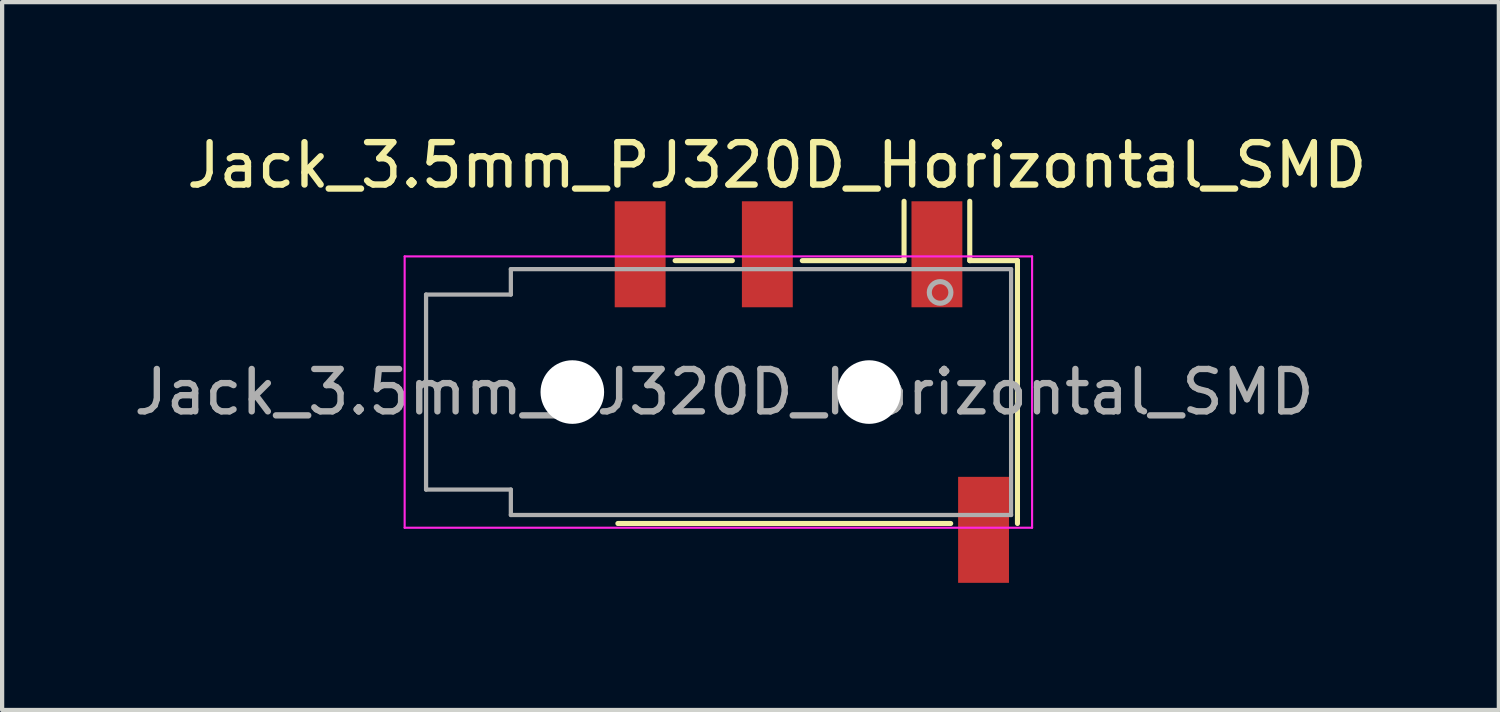
<source format=kicad_pcb>
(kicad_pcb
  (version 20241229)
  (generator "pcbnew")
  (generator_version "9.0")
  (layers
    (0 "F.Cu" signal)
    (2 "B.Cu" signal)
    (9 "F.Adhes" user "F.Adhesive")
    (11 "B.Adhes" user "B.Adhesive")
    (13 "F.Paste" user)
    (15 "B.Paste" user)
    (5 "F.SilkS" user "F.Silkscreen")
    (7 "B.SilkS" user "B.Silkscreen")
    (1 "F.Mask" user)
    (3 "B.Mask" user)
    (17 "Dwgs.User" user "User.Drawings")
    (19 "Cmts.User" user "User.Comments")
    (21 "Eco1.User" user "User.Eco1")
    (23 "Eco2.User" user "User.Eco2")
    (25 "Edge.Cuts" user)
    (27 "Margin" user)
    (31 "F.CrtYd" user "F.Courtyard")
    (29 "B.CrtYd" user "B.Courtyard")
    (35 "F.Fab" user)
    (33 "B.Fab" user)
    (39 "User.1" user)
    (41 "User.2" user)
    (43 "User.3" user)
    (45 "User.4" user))
  (footprint "Jack_3.5mm_PJ320D_Horizontal_SMD"
    (layer "F.Cu")
    (at 15.225 6.198)
    (property "Reference" "Jack_3.5mm_PJ320D_Horizontal_SMD" (at 0.05 -5.35 0) (layer "F.SilkS") (effects (font (size 1 1) (thickness 0.15))))
    (attr smd)
    (fp_line (start -2.35 -3.1) (end -1 -3.1) (stroke (width 0.12) (type solid)) (layer "F.SilkS"))
    (fp_line (start 0.65 -3.1) (end 3.05 -3.1) (stroke (width 0.12) (type solid)) (layer "F.SilkS"))
    (fp_line (start 3.05 -3.1) (end 3.05 -4.5) (stroke (width 0.12) (type solid)) (layer "F.SilkS"))
    (fp_line (start 4.15 3.1) (end -3.7 3.1) (stroke (width 0.12) (type solid)) (layer "F.SilkS"))
    (fp_line (start 4.6 -3.1) (end 4.6 -4.5) (stroke (width 0.12) (type solid)) (layer "F.SilkS"))
    (fp_line (start 4.6 -3.1) (end 5.725 -3.1) (stroke (width 0.12) (type solid)) (layer "F.SilkS"))
    (fp_line (start 5.725 3.1) (end 5.725 -3.1) (stroke (width 0.12) (type solid)) (layer "F.SilkS"))
    (fp_line (start -8.73 -3.2) (end 6.07 -3.2) (stroke (width 0.05) (type solid)) (layer "F.CrtYd"))
    (fp_line (start -8.73 3.2) (end -8.73 -3.2) (stroke (width 0.05) (type solid)) (layer "F.CrtYd"))
    (fp_line (start -8.73 3.2) (end 6.07 3.2) (stroke (width 0.05) (type solid)) (layer "F.CrtYd"))
    (fp_line (start 6.07 3.2) (end 6.07 -3.2) (stroke (width 0.05) (type solid)) (layer "F.CrtYd"))
    (fp_line (start -8.225 -2.3) (end -6.225 -2.3) (stroke (width 0.1) (type solid)) (layer "F.Fab"))
    (fp_line (start -8.225 2.3) (end -8.225 -2.3) (stroke (width 0.1) (type solid)) (layer "F.Fab"))
    (fp_line (start -6.225 -2.9) (end 5.575 -2.9) (stroke (width 0.1) (type solid)) (layer "F.Fab"))
    (fp_line (start -6.225 -2.3) (end -6.225 -2.9) (stroke (width 0.1) (type solid)) (layer "F.Fab"))
    (fp_line (start -6.225 2.3) (end -8.225 2.3) (stroke (width 0.1) (type solid)) (layer "F.Fab"))
    (fp_line (start -6.225 2.9) (end -6.225 2.3) (stroke (width 0.1) (type solid)) (layer "F.Fab"))
    (fp_line (start 5.575 -2.9) (end 5.575 2.9) (stroke (width 0.1) (type solid)) (layer "F.Fab"))
    (fp_line (start 5.575 2.9) (end -6.225 2.9) (stroke (width 0.1) (type solid)) (layer "F.Fab"))
    (fp_circle (center 3.9 -2.35) (end 3.95 -2.1) (stroke (width 0.12) (type solid)) (fill no) (layer "F.Fab"))
    (fp_text user "${REFERENCE}" (at -1.195 0 0) (layer "F.Fab") (effects (font (size 1 1) (thickness 0.15))))
    (pad "" np_thru_hole circle (at -4.775 0) (size 1.5 1.5) (drill 1.5) (layers "*.Cu" "*.Mask"))
    (pad "" np_thru_hole circle (at 2.225 0) (size 1.5 1.5) (drill 1.5) (layers "*.Cu" "*.Mask"))
    (pad "R" smd rect (at -0.175 -3.25) (size 1.2 2.5) (layers "F.Cu" "F.Mask" "F.Paste"))
    (pad "R2" smd rect (at -3.175 -3.25) (size 1.2 2.5) (layers "F.Cu" "F.Mask" "F.Paste"))
    (pad "S" smd rect (at 4.925 3.25) (size 1.2 2.5) (layers "F.Cu" "F.Mask" "F.Paste"))
    (pad "T" smd rect (at 3.825 -3.25) (size 1.2 2.5) (layers "F.Cu" "F.Mask" "F.Paste")))
  (gr_rect
    (start -3 -3)
    (end 32.305 13.698)
    (stroke (width 0.1) (type default))
    (fill no)
    (layer "Edge.Cuts")))
</source>
